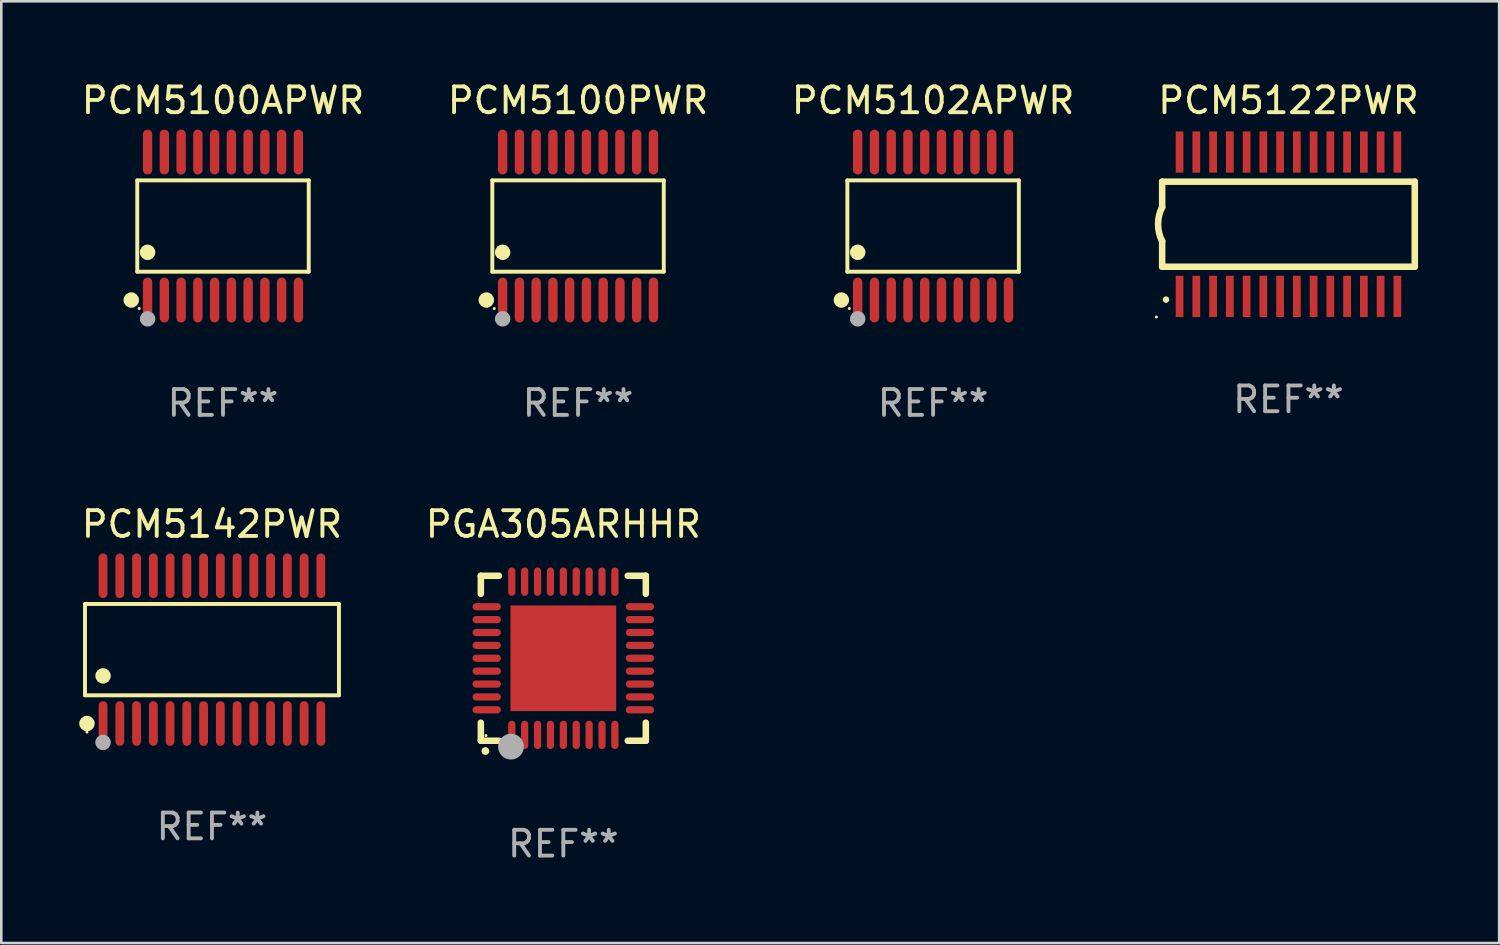
<source format=kicad_pcb>
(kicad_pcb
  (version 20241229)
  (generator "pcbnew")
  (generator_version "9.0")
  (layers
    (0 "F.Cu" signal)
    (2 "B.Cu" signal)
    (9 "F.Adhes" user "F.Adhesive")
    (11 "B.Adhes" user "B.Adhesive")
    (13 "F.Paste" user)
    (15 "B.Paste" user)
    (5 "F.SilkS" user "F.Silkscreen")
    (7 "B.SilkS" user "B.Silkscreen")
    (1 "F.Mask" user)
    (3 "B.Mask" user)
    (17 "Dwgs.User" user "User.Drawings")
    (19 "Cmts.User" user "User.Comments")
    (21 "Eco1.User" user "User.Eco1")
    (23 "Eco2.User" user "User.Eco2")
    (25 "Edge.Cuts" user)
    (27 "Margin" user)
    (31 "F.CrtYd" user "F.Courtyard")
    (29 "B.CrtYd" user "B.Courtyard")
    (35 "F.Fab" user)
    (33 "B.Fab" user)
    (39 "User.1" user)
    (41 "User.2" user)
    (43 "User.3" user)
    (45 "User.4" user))
  (footprint "PCM5102APWR"
    (layer "F.Cu")
    (at 33.149 5.719)
    (property "Reference" "PCM5102APWR" (at 0 -4.871 0) (layer "F.SilkS") (effects (font (size 1 1) (thickness 0.15))))
    (attr through_hole)
    (fp_line (start -3.326 -1.771) (end 3.326 -1.771) (stroke (width 0.152) (type solid)) (layer "F.SilkS"))
    (fp_line (start -3.326 1.771) (end -3.326 -1.771) (stroke (width 0.152) (type solid)) (layer "F.SilkS"))
    (fp_line (start 3.326 -1.771) (end 3.326 1.771) (stroke (width 0.152) (type solid)) (layer "F.SilkS"))
    (fp_line (start 3.326 1.771) (end -3.326 1.771) (stroke (width 0.152) (type solid)) (layer "F.SilkS"))
    (fp_circle (center -3.559 2.871) (end -3.409 2.871) (stroke (width 0.3) (type solid)) (fill no) (layer "F.SilkS"))
    (fp_circle (center -3.25 3.2) (end -3.22 3.2) (stroke (width 0.06) (type solid)) (fill no) (layer "F.SilkS"))
    (fp_circle (center -2.925 1.019) (end -2.775 1.019) (stroke (width 0.3) (type solid)) (fill no) (layer "F.SilkS"))
    (fp_circle (center -2.925 3.6) (end -2.775 3.6) (stroke (width 0.3) (type solid)) (fill no) (layer "F.Fab"))
    (fp_text user "REF**" (at 0 6.871 0) (layer "F.Fab") (effects (font (size 1 1) (thickness 0.15))))
    (pad "1" smd oval (at -2.925 2.871) (size 0.364 1.742) (layers "F.Cu" "F.Mask" "F.Paste"))
    (pad "2" smd oval (at -2.275 2.871) (size 0.364 1.742) (layers "F.Cu" "F.Mask" "F.Paste"))
    (pad "3" smd oval (at -1.625 2.871) (size 0.364 1.742) (layers "F.Cu" "F.Mask" "F.Paste"))
    (pad "4" smd oval (at -0.975 2.871) (size 0.364 1.742) (layers "F.Cu" "F.Mask" "F.Paste"))
    (pad "5" smd oval (at -0.325 2.871) (size 0.364 1.742) (layers "F.Cu" "F.Mask" "F.Paste"))
    (pad "6" smd oval (at 0.325 2.871) (size 0.364 1.742) (layers "F.Cu" "F.Mask" "F.Paste"))
    (pad "7" smd oval (at 0.975 2.871) (size 0.364 1.742) (layers "F.Cu" "F.Mask" "F.Paste"))
    (pad "8" smd oval (at 1.625 2.871) (size 0.364 1.742) (layers "F.Cu" "F.Mask" "F.Paste"))
    (pad "9" smd oval (at 2.275 2.871) (size 0.364 1.742) (layers "F.Cu" "F.Mask" "F.Paste"))
    (pad "10" smd oval (at 2.925 2.871) (size 0.364 1.742) (layers "F.Cu" "F.Mask" "F.Paste"))
    (pad "11" smd oval (at 2.925 -2.871) (size 0.364 1.742) (layers "F.Cu" "F.Mask" "F.Paste"))
    (pad "12" smd oval (at 2.275 -2.871) (size 0.364 1.742) (layers "F.Cu" "F.Mask" "F.Paste"))
    (pad "13" smd oval (at 1.625 -2.871) (size 0.364 1.742) (layers "F.Cu" "F.Mask" "F.Paste"))
    (pad "14" smd oval (at 0.975 -2.871) (size 0.364 1.742) (layers "F.Cu" "F.Mask" "F.Paste"))
    (pad "15" smd oval (at 0.325 -2.871) (size 0.364 1.742) (layers "F.Cu" "F.Mask" "F.Paste"))
    (pad "16" smd oval (at -0.325 -2.871) (size 0.364 1.742) (layers "F.Cu" "F.Mask" "F.Paste"))
    (pad "17" smd oval (at -0.975 -2.871) (size 0.364 1.742) (layers "F.Cu" "F.Mask" "F.Paste"))
    (pad "18" smd oval (at -1.625 -2.871) (size 0.364 1.742) (layers "F.Cu" "F.Mask" "F.Paste"))
    (pad "19" smd oval (at -2.275 -2.871) (size 0.364 1.742) (layers "F.Cu" "F.Mask" "F.Paste"))
    (pad "20" smd oval (at -2.925 -2.871) (size 0.364 1.742) (layers "F.Cu" "F.Mask" "F.Paste")))
  (footprint "PGA305ARHHR"
    (layer "F.Cu")
    (at 18.804 22.487)
    (property "Reference" "PGA305ARHHR" (at 0 -5.2 0) (layer "F.SilkS") (effects (font (size 1 1) (thickness 0.15))))
    (attr through_hole)
    (fp_line (start -3.2 -3.2) (end -2.5 -3.2) (stroke (width 0.254) (type solid)) (layer "F.SilkS"))
    (fp_line (start -3.2 -2.5) (end -3.2 -3.2) (stroke (width 0.254) (type solid)) (layer "F.SilkS"))
    (fp_line (start -3.2 3.2) (end -3.2 2.5) (stroke (width 0.254) (type solid)) (layer "F.SilkS"))
    (fp_line (start -2.5 3.2) (end -3.2 3.2) (stroke (width 0.254) (type solid)) (layer "F.SilkS"))
    (fp_line (start 3.2 -3.2) (end 2.5 -3.2) (stroke (width 0.254) (type solid)) (layer "F.SilkS"))
    (fp_line (start 3.2 -2.5) (end 3.2 -3.2) (stroke (width 0.254) (type solid)) (layer "F.SilkS"))
    (fp_line (start 3.2 2.5) (end 3.2 3.2) (stroke (width 0.254) (type solid)) (layer "F.SilkS"))
    (fp_line (start 3.2 3.2) (end 2.5 3.2) (stroke (width 0.254) (type solid)) (layer "F.SilkS"))
    (fp_arc (start -3.025146 3.599187) (mid -3.023876 3.599182) (end -3.022606 3.599187) (stroke (width 0.3) (type solid)) (layer "F.SilkS"))
    (fp_circle (center -3 3) (end -2.97 3) (stroke (width 0.06) (type solid)) (fill no) (layer "F.SilkS"))
    (fp_circle (center -2.032 3.429) (end -1.782 3.429) (stroke (width 0.5) (type solid)) (fill no) (layer "F.Fab"))
    (fp_text user "REF**" (at 0 7.2 0) (layer "F.Fab") (effects (font (size 1 1) (thickness 0.15))))
    (pad "1" smd oval (at -2 2.972) (size 0.28 1.1) (layers "F.Cu" "F.Mask" "F.Paste"))
    (pad "2" smd oval (at -1.5 2.972) (size 0.28 1.1) (layers "F.Cu" "F.Mask" "F.Paste"))
    (pad "3" smd oval (at -1 2.972) (size 0.28 1.1) (layers "F.Cu" "F.Mask" "F.Paste"))
    (pad "4" smd oval (at -0.5 2.972) (size 0.28 1.1) (layers "F.Cu" "F.Mask" "F.Paste"))
    (pad "5" smd oval (at 0.000102 2.972) (size 0.28 1.1) (layers "F.Cu" "F.Mask" "F.Paste"))
    (pad "6" smd oval (at 0.5 2.972) (size 0.28 1.1) (layers "F.Cu" "F.Mask" "F.Paste"))
    (pad "7" smd oval (at 1 2.972) (size 0.28 1.1) (layers "F.Cu" "F.Mask" "F.Paste"))
    (pad "8" smd oval (at 1.5 2.972) (size 0.28 1.1) (layers "F.Cu" "F.Mask" "F.Paste"))
    (pad "9" smd oval (at 2 2.972) (size 0.28 1.1) (layers "F.Cu" "F.Mask" "F.Paste"))
    (pad "10" smd oval (at 2.972 2 90) (size 0.28 1.1) (layers "F.Cu" "F.Mask" "F.Paste"))
    (pad "11" smd oval (at 2.972 1.5 90) (size 0.28 1.1) (layers "F.Cu" "F.Mask" "F.Paste"))
    (pad "12" smd oval (at 2.972 1 90) (size 0.28 1.1) (layers "F.Cu" "F.Mask" "F.Paste"))
    (pad "13" smd oval (at 2.972 0.5 90) (size 0.28 1.1) (layers "F.Cu" "F.Mask" "F.Paste"))
    (pad "14" smd oval (at 2.972 0.000102 90) (size 0.28 1.1) (layers "F.Cu" "F.Mask" "F.Paste"))
    (pad "15" smd oval (at 2.972 -0.5 90) (size 0.28 1.1) (layers "F.Cu" "F.Mask" "F.Paste"))
    (pad "16" smd oval (at 2.972 -1 90) (size 0.28 1.1) (layers "F.Cu" "F.Mask" "F.Paste"))
    (pad "17" smd oval (at 2.972 -1.5 90) (size 0.28 1.1) (layers "F.Cu" "F.Mask" "F.Paste"))
    (pad "18" smd oval (at 2.972 -2 90) (size 0.28 1.1) (layers "F.Cu" "F.Mask" "F.Paste"))
    (pad "19" smd oval (at 2 -2.972 180) (size 0.28 1.1) (layers "F.Cu" "F.Mask" "F.Paste"))
    (pad "20" smd oval (at 1.5 -2.972 180) (size 0.28 1.1) (layers "F.Cu" "F.Mask" "F.Paste"))
    (pad "21" smd oval (at 1 -2.972 180) (size 0.28 1.1) (layers "F.Cu" "F.Mask" "F.Paste"))
    (pad "22" smd oval (at 0.5 -2.972 180) (size 0.28 1.1) (layers "F.Cu" "F.Mask" "F.Paste"))
    (pad "23" smd oval (at 0.000102 -2.972 180) (size 0.28 1.1) (layers "F.Cu" "F.Mask" "F.Paste"))
    (pad "24" smd oval (at -0.5 -2.972 180) (size 0.28 1.1) (layers "F.Cu" "F.Mask" "F.Paste"))
    (pad "25" smd oval (at -1 -2.972 180) (size 0.28 1.1) (layers "F.Cu" "F.Mask" "F.Paste"))
    (pad "26" smd oval (at -1.5 -2.972 180) (size 0.28 1.1) (layers "F.Cu" "F.Mask" "F.Paste"))
    (pad "27" smd oval (at -2 -2.972 180) (size 0.28 1.1) (layers "F.Cu" "F.Mask" "F.Paste"))
    (pad "28" smd oval (at -2.972 -2 270) (size 0.28 1.1) (layers "F.Cu" "F.Mask" "F.Paste"))
    (pad "29" smd oval (at -2.972 -1.5 270) (size 0.28 1.1) (layers "F.Cu" "F.Mask" "F.Paste"))
    (pad "30" smd oval (at -2.972 -1 270) (size 0.28 1.1) (layers "F.Cu" "F.Mask" "F.Paste"))
    (pad "31" smd oval (at -2.972 -0.5 270) (size 0.28 1.1) (layers "F.Cu" "F.Mask" "F.Paste"))
    (pad "32" smd oval (at -2.972 0.000102 270) (size 0.28 1.1) (layers "F.Cu" "F.Mask" "F.Paste"))
    (pad "33" smd oval (at -2.972 0.5 270) (size 0.28 1.1) (layers "F.Cu" "F.Mask" "F.Paste"))
    (pad "34" smd oval (at -2.972 1 270) (size 0.28 1.1) (layers "F.Cu" "F.Mask" "F.Paste"))
    (pad "35" smd oval (at -2.972 1.5 270) (size 0.28 1.1) (layers "F.Cu" "F.Mask" "F.Paste"))
    (pad "36" smd oval (at -2.972 2 270) (size 0.28 1.1) (layers "F.Cu" "F.Mask" "F.Paste"))
    (pad "37" smd rect (at 0.000102 0.000102) (size 4.1 4.1) (layers "F.Cu" "F.Mask" "F.Paste")))
  (footprint "PCM5100PWR"
    (layer "F.Cu")
    (at 19.375 5.719)
    (property "Reference" "PCM5100PWR" (at 0 -4.871 0) (layer "F.SilkS") (effects (font (size 1 1) (thickness 0.15))))
    (attr through_hole)
    (fp_line (start -3.326 -1.771) (end 3.326 -1.771) (stroke (width 0.152) (type solid)) (layer "F.SilkS"))
    (fp_line (start -3.326 1.771) (end -3.326 -1.771) (stroke (width 0.152) (type solid)) (layer "F.SilkS"))
    (fp_line (start 3.326 -1.771) (end 3.326 1.771) (stroke (width 0.152) (type solid)) (layer "F.SilkS"))
    (fp_line (start 3.326 1.771) (end -3.326 1.771) (stroke (width 0.152) (type solid)) (layer "F.SilkS"))
    (fp_circle (center -3.559 2.871) (end -3.409 2.871) (stroke (width 0.3) (type solid)) (fill no) (layer "F.SilkS"))
    (fp_circle (center -3.25 3.2) (end -3.22 3.2) (stroke (width 0.06) (type solid)) (fill no) (layer "F.SilkS"))
    (fp_circle (center -2.925 1.019) (end -2.775 1.019) (stroke (width 0.3) (type solid)) (fill no) (layer "F.SilkS"))
    (fp_circle (center -2.925 3.6) (end -2.775 3.6) (stroke (width 0.3) (type solid)) (fill no) (layer "F.Fab"))
    (fp_text user "REF**" (at 0 6.871 0) (layer "F.Fab") (effects (font (size 1 1) (thickness 0.15))))
    (pad "1" smd oval (at -2.925 2.871) (size 0.364 1.742) (layers "F.Cu" "F.Mask" "F.Paste"))
    (pad "2" smd oval (at -2.275 2.871) (size 0.364 1.742) (layers "F.Cu" "F.Mask" "F.Paste"))
    (pad "3" smd oval (at -1.625 2.871) (size 0.364 1.742) (layers "F.Cu" "F.Mask" "F.Paste"))
    (pad "4" smd oval (at -0.975 2.871) (size 0.364 1.742) (layers "F.Cu" "F.Mask" "F.Paste"))
    (pad "5" smd oval (at -0.325 2.871) (size 0.364 1.742) (layers "F.Cu" "F.Mask" "F.Paste"))
    (pad "6" smd oval (at 0.325 2.871) (size 0.364 1.742) (layers "F.Cu" "F.Mask" "F.Paste"))
    (pad "7" smd oval (at 0.975 2.871) (size 0.364 1.742) (layers "F.Cu" "F.Mask" "F.Paste"))
    (pad "8" smd oval (at 1.625 2.871) (size 0.364 1.742) (layers "F.Cu" "F.Mask" "F.Paste"))
    (pad "9" smd oval (at 2.275 2.871) (size 0.364 1.742) (layers "F.Cu" "F.Mask" "F.Paste"))
    (pad "10" smd oval (at 2.925 2.871) (size 0.364 1.742) (layers "F.Cu" "F.Mask" "F.Paste"))
    (pad "11" smd oval (at 2.925 -2.871) (size 0.364 1.742) (layers "F.Cu" "F.Mask" "F.Paste"))
    (pad "12" smd oval (at 2.275 -2.871) (size 0.364 1.742) (layers "F.Cu" "F.Mask" "F.Paste"))
    (pad "13" smd oval (at 1.625 -2.871) (size 0.364 1.742) (layers "F.Cu" "F.Mask" "F.Paste"))
    (pad "14" smd oval (at 0.975 -2.871) (size 0.364 1.742) (layers "F.Cu" "F.Mask" "F.Paste"))
    (pad "15" smd oval (at 0.325 -2.871) (size 0.364 1.742) (layers "F.Cu" "F.Mask" "F.Paste"))
    (pad "16" smd oval (at -0.325 -2.871) (size 0.364 1.742) (layers "F.Cu" "F.Mask" "F.Paste"))
    (pad "17" smd oval (at -0.975 -2.871) (size 0.364 1.742) (layers "F.Cu" "F.Mask" "F.Paste"))
    (pad "18" smd oval (at -1.625 -2.871) (size 0.364 1.742) (layers "F.Cu" "F.Mask" "F.Paste"))
    (pad "19" smd oval (at -2.275 -2.871) (size 0.364 1.742) (layers "F.Cu" "F.Mask" "F.Paste"))
    (pad "20" smd oval (at -2.925 -2.871) (size 0.364 1.742) (layers "F.Cu" "F.Mask" "F.Paste")))
  (footprint "PCM5142PWR"
    (layer "F.Cu")
    (at 5.173 22.152)
    (property "Reference" "PCM5142PWR" (at 0 -4.866 0) (layer "F.SilkS") (effects (font (size 1 1) (thickness 0.15))))
    (attr through_hole)
    (fp_line (start -4.926 -1.772) (end 4.926 -1.772) (stroke (width 0.152) (type solid)) (layer "F.SilkS"))
    (fp_line (start -4.926 1.771) (end -4.926 -1.772) (stroke (width 0.152) (type solid)) (layer "F.SilkS"))
    (fp_line (start 4.926 -1.772) (end 4.926 1.771) (stroke (width 0.152) (type solid)) (layer "F.SilkS"))
    (fp_line (start 4.926 1.771) (end -4.926 1.771) (stroke (width 0.152) (type solid)) (layer "F.SilkS"))
    (fp_circle (center -4.85 3.2) (end -4.82 3.2) (stroke (width 0.06) (type solid)) (fill no) (layer "F.SilkS"))
    (fp_circle (center -4.849 2.866) (end -4.699 2.866) (stroke (width 0.3) (type solid)) (fill no) (layer "F.SilkS"))
    (fp_circle (center -4.225 1.019) (end -4.075 1.019) (stroke (width 0.3) (type solid)) (fill no) (layer "F.SilkS"))
    (fp_circle (center -4.225 3.6) (end -4.075 3.6) (stroke (width 0.3) (type solid)) (fill no) (layer "F.Fab"))
    (fp_text user "REF**" (at 0 6.866 0) (layer "F.Fab") (effects (font (size 1 1) (thickness 0.15))))
    (pad "1" smd oval (at -4.225 2.866) (size 0.343 1.731) (layers "F.Cu" "F.Mask" "F.Paste"))
    (pad "2" smd oval (at -3.575 2.866) (size 0.343 1.731) (layers "F.Cu" "F.Mask" "F.Paste"))
    (pad "3" smd oval (at -2.925 2.866) (size 0.343 1.731) (layers "F.Cu" "F.Mask" "F.Paste"))
    (pad "4" smd oval (at -2.275 2.866) (size 0.343 1.731) (layers "F.Cu" "F.Mask" "F.Paste"))
    (pad "5" smd oval (at -1.625 2.866) (size 0.343 1.731) (layers "F.Cu" "F.Mask" "F.Paste"))
    (pad "6" smd oval (at -0.975 2.866) (size 0.343 1.731) (layers "F.Cu" "F.Mask" "F.Paste"))
    (pad "7" smd oval (at -0.325 2.866) (size 0.343 1.731) (layers "F.Cu" "F.Mask" "F.Paste"))
    (pad "8" smd oval (at 0.325 2.866) (size 0.343 1.731) (layers "F.Cu" "F.Mask" "F.Paste"))
    (pad "9" smd oval (at 0.975 2.866) (size 0.343 1.731) (layers "F.Cu" "F.Mask" "F.Paste"))
    (pad "10" smd oval (at 1.625 2.866) (size 0.343 1.731) (layers "F.Cu" "F.Mask" "F.Paste"))
    (pad "11" smd oval (at 2.275 2.866) (size 0.343 1.731) (layers "F.Cu" "F.Mask" "F.Paste"))
    (pad "12" smd oval (at 2.925 2.866) (size 0.343 1.731) (layers "F.Cu" "F.Mask" "F.Paste"))
    (pad "13" smd oval (at 3.575 2.866) (size 0.343 1.731) (layers "F.Cu" "F.Mask" "F.Paste"))
    (pad "14" smd oval (at 4.225 2.866) (size 0.343 1.731) (layers "F.Cu" "F.Mask" "F.Paste"))
    (pad "15" smd oval (at 4.225 -2.866) (size 0.343 1.731) (layers "F.Cu" "F.Mask" "F.Paste"))
    (pad "16" smd oval (at 3.575 -2.866) (size 0.343 1.731) (layers "F.Cu" "F.Mask" "F.Paste"))
    (pad "17" smd oval (at 2.925 -2.866) (size 0.343 1.731) (layers "F.Cu" "F.Mask" "F.Paste"))
    (pad "18" smd oval (at 2.275 -2.866) (size 0.343 1.731) (layers "F.Cu" "F.Mask" "F.Paste"))
    (pad "19" smd oval (at 1.625 -2.866) (size 0.343 1.731) (layers "F.Cu" "F.Mask" "F.Paste"))
    (pad "20" smd oval (at 0.975 -2.866) (size 0.343 1.731) (layers "F.Cu" "F.Mask" "F.Paste"))
    (pad "21" smd oval (at 0.325 -2.866) (size 0.343 1.731) (layers "F.Cu" "F.Mask" "F.Paste"))
    (pad "22" smd oval (at -0.325 -2.866) (size 0.343 1.731) (layers "F.Cu" "F.Mask" "F.Paste"))
    (pad "23" smd oval (at -0.975 -2.866) (size 0.343 1.731) (layers "F.Cu" "F.Mask" "F.Paste"))
    (pad "24" smd oval (at -1.625 -2.866) (size 0.343 1.731) (layers "F.Cu" "F.Mask" "F.Paste"))
    (pad "25" smd oval (at -2.275 -2.866) (size 0.343 1.731) (layers "F.Cu" "F.Mask" "F.Paste"))
    (pad "26" smd oval (at -2.925 -2.866) (size 0.343 1.731) (layers "F.Cu" "F.Mask" "F.Paste"))
    (pad "27" smd oval (at -3.575 -2.866) (size 0.343 1.731) (layers "F.Cu" "F.Mask" "F.Paste"))
    (pad "28" smd oval (at -4.225 -2.866) (size 0.343 1.731) (layers "F.Cu" "F.Mask" "F.Paste")))
  (footprint "PCM5122PWR"
    (layer "F.Cu")
    (at 46.935 5.648)
    (property "Reference" "PCM5122PWR" (at 0 -4.8 0) (layer "F.SilkS") (effects (font (size 1 1) (thickness 0.15))))
    (attr through_hole)
    (fp_line (start -4.9 -1.65) (end -4.9 -0.66) (stroke (width 0.254) (type solid)) (layer "F.SilkS"))
    (fp_line (start -4.9 1.65) (end -4.9 0.659) (stroke (width 0.254) (type solid)) (layer "F.SilkS"))
    (fp_line (start -4.9 -1.65) (end 4.9 -1.65) (stroke (width 0.254) (type solid)) (layer "F.SilkS"))
    (fp_line (start -4.9 1.649) (end 4.9 1.649) (stroke (width 0.254) (type solid)) (layer "F.SilkS"))
    (fp_line (start 4.9 -1.65) (end 4.9 1.649) (stroke (width 0.254) (type solid)) (layer "F.SilkS"))
    (fp_arc (start -4.902197 0.659894) (mid -5.058097 -0.000508) (end -4.902197 -0.660909) (stroke (width 0.254001) (type solid)) (layer "F.SilkS"))
    (fp_arc (start -4.750711 2.926238) (mid -4.750717 2.924968) (end -4.750711 2.923698) (stroke (width 0.24892) (type solid)) (layer "F.SilkS"))
    (fp_circle (center -5.124 3.6) (end -5.094 3.6) (stroke (width 0.06) (type solid)) (fill no) (layer "F.SilkS"))
    (fp_text user "REF**" (at 0 6.8 0) (layer "F.Fab") (effects (font (size 1 1) (thickness 0.15))))
    (pad "1" smd rect (at -4.225 2.8 90) (size 1.6 0.3) (layers "F.Cu" "F.Mask" "F.Paste"))
    (pad "2" smd rect (at -3.575 2.8 90) (size 1.6 0.3) (layers "F.Cu" "F.Mask" "F.Paste"))
    (pad "3" smd rect (at -2.925 2.8 90) (size 1.6 0.3) (layers "F.Cu" "F.Mask" "F.Paste"))
    (pad "4" smd rect (at -2.275 2.8 90) (size 1.6 0.3) (layers "F.Cu" "F.Mask" "F.Paste"))
    (pad "5" smd rect (at -1.625 2.8 90) (size 1.6 0.3) (layers "F.Cu" "F.Mask" "F.Paste"))
    (pad "6" smd rect (at -0.975 2.8 90) (size 1.6 0.3) (layers "F.Cu" "F.Mask" "F.Paste"))
    (pad "7" smd rect (at -0.325 2.8 90) (size 1.6 0.3) (layers "F.Cu" "F.Mask" "F.Paste"))
    (pad "8" smd rect (at 0.325 2.8 90) (size 1.6 0.3) (layers "F.Cu" "F.Mask" "F.Paste"))
    (pad "9" smd rect (at 0.975 2.8 90) (size 1.6 0.3) (layers "F.Cu" "F.Mask" "F.Paste"))
    (pad "10" smd rect (at 1.625 2.8 90) (size 1.6 0.3) (layers "F.Cu" "F.Mask" "F.Paste"))
    (pad "11" smd rect (at 2.275 2.8 90) (size 1.6 0.3) (layers "F.Cu" "F.Mask" "F.Paste"))
    (pad "12" smd rect (at 2.925 2.8 90) (size 1.6 0.3) (layers "F.Cu" "F.Mask" "F.Paste"))
    (pad "13" smd rect (at 3.575 2.8 90) (size 1.6 0.3) (layers "F.Cu" "F.Mask" "F.Paste"))
    (pad "14" smd rect (at 4.225 2.8 90) (size 1.6 0.3) (layers "F.Cu" "F.Mask" "F.Paste"))
    (pad "15" smd rect (at 4.225 -2.8 90) (size 1.6 0.3) (layers "F.Cu" "F.Mask" "F.Paste"))
    (pad "16" smd rect (at 3.575 -2.8 90) (size 1.6 0.3) (layers "F.Cu" "F.Mask" "F.Paste"))
    (pad "17" smd rect (at 2.925 -2.8 90) (size 1.6 0.3) (layers "F.Cu" "F.Mask" "F.Paste"))
    (pad "18" smd rect (at 2.275 -2.8 90) (size 1.6 0.3) (layers "F.Cu" "F.Mask" "F.Paste"))
    (pad "19" smd rect (at 1.625 -2.8 90) (size 1.6 0.3) (layers "F.Cu" "F.Mask" "F.Paste"))
    (pad "20" smd rect (at 0.975 -2.8 90) (size 1.6 0.3) (layers "F.Cu" "F.Mask" "F.Paste"))
    (pad "21" smd rect (at 0.325 -2.8 90) (size 1.6 0.3) (layers "F.Cu" "F.Mask" "F.Paste"))
    (pad "22" smd rect (at -0.325 -2.8 90) (size 1.6 0.3) (layers "F.Cu" "F.Mask" "F.Paste"))
    (pad "23" smd rect (at -0.975 -2.8 90) (size 1.6 0.3) (layers "F.Cu" "F.Mask" "F.Paste"))
    (pad "24" smd rect (at -1.625 -2.8 90) (size 1.6 0.3) (layers "F.Cu" "F.Mask" "F.Paste"))
    (pad "25" smd rect (at -2.275 -2.8 90) (size 1.6 0.3) (layers "F.Cu" "F.Mask" "F.Paste"))
    (pad "26" smd rect (at -2.925 -2.8 90) (size 1.6 0.3) (layers "F.Cu" "F.Mask" "F.Paste"))
    (pad "27" smd rect (at -3.575 -2.8 90) (size 1.6 0.3) (layers "F.Cu" "F.Mask" "F.Paste"))
    (pad "28" smd rect (at -4.225 -2.8 90) (size 1.6 0.3) (layers "F.Cu" "F.Mask" "F.Paste")))
  (footprint "PCM5100APWR"
    (layer "F.Cu")
    (at 5.601 5.719)
    (property "Reference" "PCM5100APWR" (at 0 -4.871 0) (layer "F.SilkS") (effects (font (size 1 1) (thickness 0.15))))
    (attr through_hole)
    (fp_line (start -3.326 -1.771) (end 3.326 -1.771) (stroke (width 0.152) (type solid)) (layer "F.SilkS"))
    (fp_line (start -3.326 1.771) (end -3.326 -1.771) (stroke (width 0.152) (type solid)) (layer "F.SilkS"))
    (fp_line (start 3.326 -1.771) (end 3.326 1.771) (stroke (width 0.152) (type solid)) (layer "F.SilkS"))
    (fp_line (start 3.326 1.771) (end -3.326 1.771) (stroke (width 0.152) (type solid)) (layer "F.SilkS"))
    (fp_circle (center -3.559 2.871) (end -3.409 2.871) (stroke (width 0.3) (type solid)) (fill no) (layer "F.SilkS"))
    (fp_circle (center -3.25 3.2) (end -3.22 3.2) (stroke (width 0.06) (type solid)) (fill no) (layer "F.SilkS"))
    (fp_circle (center -2.925 1.019) (end -2.775 1.019) (stroke (width 0.3) (type solid)) (fill no) (layer "F.SilkS"))
    (fp_circle (center -2.925 3.6) (end -2.775 3.6) (stroke (width 0.3) (type solid)) (fill no) (layer "F.Fab"))
    (fp_text user "REF**" (at 0 6.871 0) (layer "F.Fab") (effects (font (size 1 1) (thickness 0.15))))
    (pad "1" smd oval (at -2.925 2.871) (size 0.364 1.742) (layers "F.Cu" "F.Mask" "F.Paste"))
    (pad "2" smd oval (at -2.275 2.871) (size 0.364 1.742) (layers "F.Cu" "F.Mask" "F.Paste"))
    (pad "3" smd oval (at -1.625 2.871) (size 0.364 1.742) (layers "F.Cu" "F.Mask" "F.Paste"))
    (pad "4" smd oval (at -0.975 2.871) (size 0.364 1.742) (layers "F.Cu" "F.Mask" "F.Paste"))
    (pad "5" smd oval (at -0.325 2.871) (size 0.364 1.742) (layers "F.Cu" "F.Mask" "F.Paste"))
    (pad "6" smd oval (at 0.325 2.871) (size 0.364 1.742) (layers "F.Cu" "F.Mask" "F.Paste"))
    (pad "7" smd oval (at 0.975 2.871) (size 0.364 1.742) (layers "F.Cu" "F.Mask" "F.Paste"))
    (pad "8" smd oval (at 1.625 2.871) (size 0.364 1.742) (layers "F.Cu" "F.Mask" "F.Paste"))
    (pad "9" smd oval (at 2.275 2.871) (size 0.364 1.742) (layers "F.Cu" "F.Mask" "F.Paste"))
    (pad "10" smd oval (at 2.925 2.871) (size 0.364 1.742) (layers "F.Cu" "F.Mask" "F.Paste"))
    (pad "11" smd oval (at 2.925 -2.871) (size 0.364 1.742) (layers "F.Cu" "F.Mask" "F.Paste"))
    (pad "12" smd oval (at 2.275 -2.871) (size 0.364 1.742) (layers "F.Cu" "F.Mask" "F.Paste"))
    (pad "13" smd oval (at 1.625 -2.871) (size 0.364 1.742) (layers "F.Cu" "F.Mask" "F.Paste"))
    (pad "14" smd oval (at 0.975 -2.871) (size 0.364 1.742) (layers "F.Cu" "F.Mask" "F.Paste"))
    (pad "15" smd oval (at 0.325 -2.871) (size 0.364 1.742) (layers "F.Cu" "F.Mask" "F.Paste"))
    (pad "16" smd oval (at -0.325 -2.871) (size 0.364 1.742) (layers "F.Cu" "F.Mask" "F.Paste"))
    (pad "17" smd oval (at -0.975 -2.871) (size 0.364 1.742) (layers "F.Cu" "F.Mask" "F.Paste"))
    (pad "18" smd oval (at -1.625 -2.871) (size 0.364 1.742) (layers "F.Cu" "F.Mask" "F.Paste"))
    (pad "19" smd oval (at -2.275 -2.871) (size 0.364 1.742) (layers "F.Cu" "F.Mask" "F.Paste"))
    (pad "20" smd oval (at -2.925 -2.871) (size 0.364 1.742) (layers "F.Cu" "F.Mask" "F.Paste")))
  (gr_rect
    (start -3 -3)
    (end 55.108 33.535)
    (stroke (width 0.1) (type default))
    (fill no)
    (layer "Edge.Cuts")))
</source>
